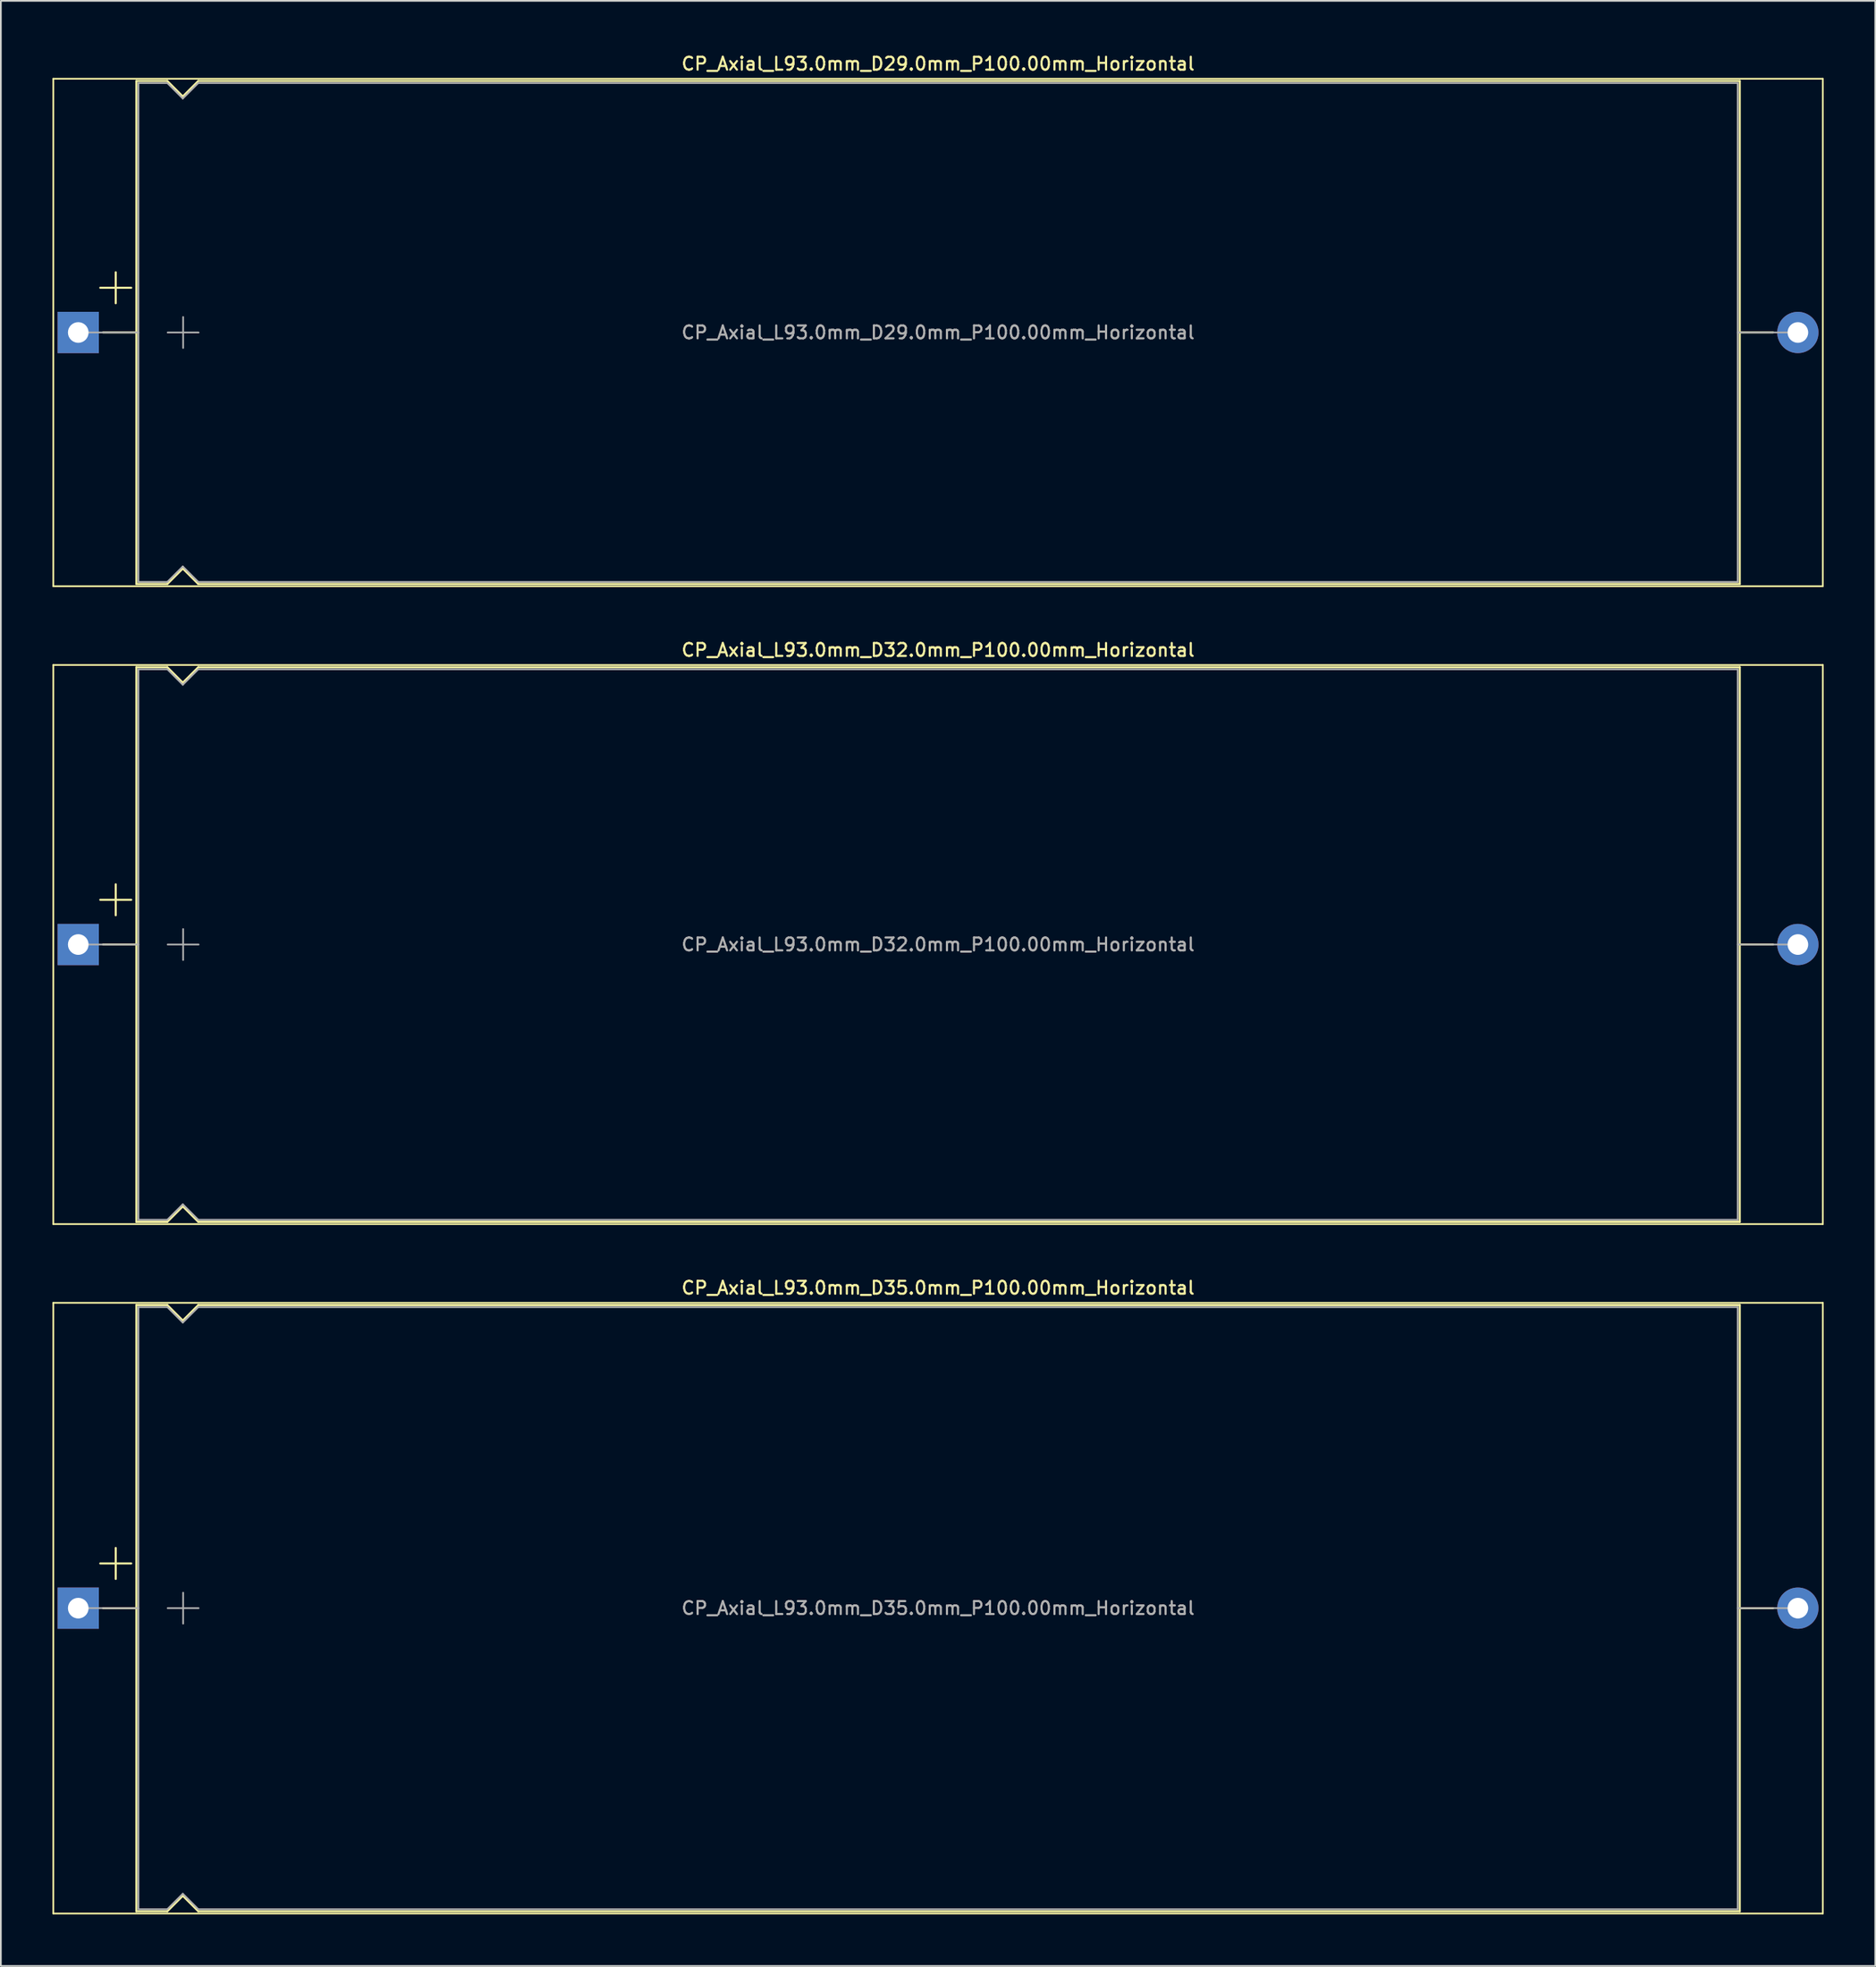
<source format=kicad_pcb>
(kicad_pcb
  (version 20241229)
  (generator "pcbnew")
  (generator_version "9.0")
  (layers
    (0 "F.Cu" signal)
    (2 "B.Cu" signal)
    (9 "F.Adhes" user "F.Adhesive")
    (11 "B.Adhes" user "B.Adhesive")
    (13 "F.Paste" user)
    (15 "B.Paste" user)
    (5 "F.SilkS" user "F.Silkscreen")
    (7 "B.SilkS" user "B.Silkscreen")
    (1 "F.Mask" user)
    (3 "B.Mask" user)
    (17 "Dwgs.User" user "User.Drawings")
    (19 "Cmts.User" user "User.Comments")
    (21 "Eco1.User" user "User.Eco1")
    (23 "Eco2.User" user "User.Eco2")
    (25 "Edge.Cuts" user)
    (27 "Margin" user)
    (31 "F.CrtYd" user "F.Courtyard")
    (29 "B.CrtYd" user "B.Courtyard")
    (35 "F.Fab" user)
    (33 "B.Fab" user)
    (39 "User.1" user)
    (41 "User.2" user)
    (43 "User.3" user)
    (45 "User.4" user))
  (footprint "CP_Axial_L93.0mm_D29.0mm_P100.00mm_Horizontal"
    (layer "F.Cu")
    (at 1.5 16.278)
    (property "Reference" "CP_Axial_L93.0mm_D29.0mm_P100.00mm_Horizontal" (at 50 -15.62 0) (layer "F.SilkS") (effects (font (size 0.75 0.75) (thickness 0.125))))
    (attr through_hole)
    (fp_line (start -1.45 -14.75) (end -1.45 14.75) (stroke (width 0.1) (type solid)) (layer "F.SilkS"))
    (fp_line (start -1.45 14.75) (end 101.45 14.75) (stroke (width 0.1) (type solid)) (layer "F.SilkS"))
    (fp_line (start 1.28 -2.6) (end 3.08 -2.6) (stroke (width 0.12) (type solid)) (layer "F.SilkS"))
    (fp_line (start 1.44 0) (end 3.38 0) (stroke (width 0.12) (type solid)) (layer "F.SilkS"))
    (fp_line (start 2.18 -3.5) (end 2.18 -1.7) (stroke (width 0.12) (type solid)) (layer "F.SilkS"))
    (fp_line (start 3.38 -14.62) (end 3.38 14.62) (stroke (width 0.12) (type solid)) (layer "F.SilkS"))
    (fp_line (start 3.38 -14.62) (end 5.18 -14.62) (stroke (width 0.12) (type solid)) (layer "F.SilkS"))
    (fp_line (start 3.38 14.62) (end 5.18 14.62) (stroke (width 0.12) (type solid)) (layer "F.SilkS"))
    (fp_line (start 5.18 -14.62) (end 6.08 -13.72) (stroke (width 0.12) (type solid)) (layer "F.SilkS"))
    (fp_line (start 5.18 14.62) (end 6.08 13.72) (stroke (width 0.12) (type solid)) (layer "F.SilkS"))
    (fp_line (start 6.08 -13.72) (end 6.98 -14.62) (stroke (width 0.12) (type solid)) (layer "F.SilkS"))
    (fp_line (start 6.08 13.72) (end 6.98 14.62) (stroke (width 0.12) (type solid)) (layer "F.SilkS"))
    (fp_line (start 6.98 -14.62) (end 96.62 -14.62) (stroke (width 0.12) (type solid)) (layer "F.SilkS"))
    (fp_line (start 6.98 14.62) (end 96.62 14.62) (stroke (width 0.12) (type solid)) (layer "F.SilkS"))
    (fp_line (start 96.62 -14.62) (end 96.62 14.62) (stroke (width 0.12) (type solid)) (layer "F.SilkS"))
    (fp_line (start 98.56 0) (end 96.62 0) (stroke (width 0.12) (type solid)) (layer "F.SilkS"))
    (fp_line (start 101.45 -14.75) (end -1.45 -14.75) (stroke (width 0.1) (type solid)) (layer "F.SilkS"))
    (fp_line (start 101.45 14.75) (end 101.45 -14.75) (stroke (width 0.1) (type solid)) (layer "F.SilkS"))
    (fp_line (start 0 0) (end 3.5 0) (stroke (width 0.1) (type solid)) (layer "F.Fab"))
    (fp_line (start 3.5 -14.5) (end 3.5 14.5) (stroke (width 0.1) (type solid)) (layer "F.Fab"))
    (fp_line (start 3.5 -14.5) (end 5.18 -14.5) (stroke (width 0.1) (type solid)) (layer "F.Fab"))
    (fp_line (start 3.5 14.5) (end 5.18 14.5) (stroke (width 0.1) (type solid)) (layer "F.Fab"))
    (fp_line (start 5.18 -14.5) (end 6.08 -13.6) (stroke (width 0.1) (type solid)) (layer "F.Fab"))
    (fp_line (start 5.18 14.5) (end 6.08 13.6) (stroke (width 0.1) (type solid)) (layer "F.Fab"))
    (fp_line (start 5.2 0) (end 7 0) (stroke (width 0.1) (type solid)) (layer "F.Fab"))
    (fp_line (start 6.08 -13.6) (end 6.98 -14.5) (stroke (width 0.1) (type solid)) (layer "F.Fab"))
    (fp_line (start 6.08 13.6) (end 6.98 14.5) (stroke (width 0.1) (type solid)) (layer "F.Fab"))
    (fp_line (start 6.1 -0.9) (end 6.1 0.9) (stroke (width 0.1) (type solid)) (layer "F.Fab"))
    (fp_line (start 6.98 -14.5) (end 96.5 -14.5) (stroke (width 0.1) (type solid)) (layer "F.Fab"))
    (fp_line (start 6.98 14.5) (end 96.5 14.5) (stroke (width 0.1) (type solid)) (layer "F.Fab"))
    (fp_line (start 96.5 -14.5) (end 96.5 14.5) (stroke (width 0.1) (type solid)) (layer "F.Fab"))
    (fp_line (start 100 0) (end 96.5 0) (stroke (width 0.1) (type solid)) (layer "F.Fab"))
    (fp_text user "${REFERENCE}" (at 50 0 0) (layer "F.Fab") (effects (font (size 0.75 0.75) (thickness 0.125))))
    (pad "1" thru_hole rect (at 0 0) (size 2.4 2.4) (drill 1.2) (layers "*.Cu" "*.Mask"))
    (pad "2" thru_hole oval (at 100 0) (size 2.4 2.4) (drill 1.2) (layers "*.Cu" "*.Mask")))
  (footprint "CP_Axial_L93.0mm_D32.0mm_P100.00mm_Horizontal"
    (layer "F.Cu")
    (at 1.5 51.856)
    (property "Reference" "CP_Axial_L93.0mm_D32.0mm_P100.00mm_Horizontal" (at 50 -17.12 0) (layer "F.SilkS") (effects (font (size 0.75 0.75) (thickness 0.125))))
    (attr through_hole)
    (fp_line (start -1.45 -16.25) (end -1.45 16.25) (stroke (width 0.1) (type solid)) (layer "F.SilkS"))
    (fp_line (start -1.45 16.25) (end 101.45 16.25) (stroke (width 0.1) (type solid)) (layer "F.SilkS"))
    (fp_line (start 1.28 -2.6) (end 3.08 -2.6) (stroke (width 0.12) (type solid)) (layer "F.SilkS"))
    (fp_line (start 1.44 0) (end 3.38 0) (stroke (width 0.12) (type solid)) (layer "F.SilkS"))
    (fp_line (start 2.18 -3.5) (end 2.18 -1.7) (stroke (width 0.12) (type solid)) (layer "F.SilkS"))
    (fp_line (start 3.38 -16.12) (end 3.38 16.12) (stroke (width 0.12) (type solid)) (layer "F.SilkS"))
    (fp_line (start 3.38 -16.12) (end 5.18 -16.12) (stroke (width 0.12) (type solid)) (layer "F.SilkS"))
    (fp_line (start 3.38 16.12) (end 5.18 16.12) (stroke (width 0.12) (type solid)) (layer "F.SilkS"))
    (fp_line (start 5.18 -16.12) (end 6.08 -15.22) (stroke (width 0.12) (type solid)) (layer "F.SilkS"))
    (fp_line (start 5.18 16.12) (end 6.08 15.22) (stroke (width 0.12) (type solid)) (layer "F.SilkS"))
    (fp_line (start 6.08 -15.22) (end 6.98 -16.12) (stroke (width 0.12) (type solid)) (layer "F.SilkS"))
    (fp_line (start 6.08 15.22) (end 6.98 16.12) (stroke (width 0.12) (type solid)) (layer "F.SilkS"))
    (fp_line (start 6.98 -16.12) (end 96.62 -16.12) (stroke (width 0.12) (type solid)) (layer "F.SilkS"))
    (fp_line (start 6.98 16.12) (end 96.62 16.12) (stroke (width 0.12) (type solid)) (layer "F.SilkS"))
    (fp_line (start 96.62 -16.12) (end 96.62 16.12) (stroke (width 0.12) (type solid)) (layer "F.SilkS"))
    (fp_line (start 98.56 0) (end 96.62 0) (stroke (width 0.12) (type solid)) (layer "F.SilkS"))
    (fp_line (start 101.45 -16.25) (end -1.45 -16.25) (stroke (width 0.1) (type solid)) (layer "F.SilkS"))
    (fp_line (start 101.45 16.25) (end 101.45 -16.25) (stroke (width 0.1) (type solid)) (layer "F.SilkS"))
    (fp_line (start 0 0) (end 3.5 0) (stroke (width 0.1) (type solid)) (layer "F.Fab"))
    (fp_line (start 3.5 -16) (end 3.5 16) (stroke (width 0.1) (type solid)) (layer "F.Fab"))
    (fp_line (start 3.5 -16) (end 5.18 -16) (stroke (width 0.1) (type solid)) (layer "F.Fab"))
    (fp_line (start 3.5 16) (end 5.18 16) (stroke (width 0.1) (type solid)) (layer "F.Fab"))
    (fp_line (start 5.18 -16) (end 6.08 -15.1) (stroke (width 0.1) (type solid)) (layer "F.Fab"))
    (fp_line (start 5.18 16) (end 6.08 15.1) (stroke (width 0.1) (type solid)) (layer "F.Fab"))
    (fp_line (start 5.2 0) (end 7 0) (stroke (width 0.1) (type solid)) (layer "F.Fab"))
    (fp_line (start 6.08 -15.1) (end 6.98 -16) (stroke (width 0.1) (type solid)) (layer "F.Fab"))
    (fp_line (start 6.08 15.1) (end 6.98 16) (stroke (width 0.1) (type solid)) (layer "F.Fab"))
    (fp_line (start 6.1 -0.9) (end 6.1 0.9) (stroke (width 0.1) (type solid)) (layer "F.Fab"))
    (fp_line (start 6.98 -16) (end 96.5 -16) (stroke (width 0.1) (type solid)) (layer "F.Fab"))
    (fp_line (start 6.98 16) (end 96.5 16) (stroke (width 0.1) (type solid)) (layer "F.Fab"))
    (fp_line (start 96.5 -16) (end 96.5 16) (stroke (width 0.1) (type solid)) (layer "F.Fab"))
    (fp_line (start 100 0) (end 96.5 0) (stroke (width 0.1) (type solid)) (layer "F.Fab"))
    (fp_text user "${REFERENCE}" (at 50 0 0) (layer "F.Fab") (effects (font (size 0.75 0.75) (thickness 0.125))))
    (pad "1" thru_hole rect (at 0 0) (size 2.4 2.4) (drill 1.2) (layers "*.Cu" "*.Mask"))
    (pad "2" thru_hole oval (at 100 0) (size 2.4 2.4) (drill 1.2) (layers "*.Cu" "*.Mask")))
  (footprint "CP_Axial_L93.0mm_D35.0mm_P100.00mm_Horizontal"
    (layer "F.Cu")
    (at 1.5 90.434)
    (property "Reference" "CP_Axial_L93.0mm_D35.0mm_P100.00mm_Horizontal" (at 50 -18.62 0) (layer "F.SilkS") (effects (font (size 0.75 0.75) (thickness 0.125))))
    (attr through_hole)
    (fp_line (start -1.45 -17.75) (end -1.45 17.75) (stroke (width 0.1) (type solid)) (layer "F.SilkS"))
    (fp_line (start -1.45 17.75) (end 101.45 17.75) (stroke (width 0.1) (type solid)) (layer "F.SilkS"))
    (fp_line (start 1.28 -2.6) (end 3.08 -2.6) (stroke (width 0.12) (type solid)) (layer "F.SilkS"))
    (fp_line (start 1.44 0) (end 3.38 0) (stroke (width 0.12) (type solid)) (layer "F.SilkS"))
    (fp_line (start 2.18 -3.5) (end 2.18 -1.7) (stroke (width 0.12) (type solid)) (layer "F.SilkS"))
    (fp_line (start 3.38 -17.62) (end 3.38 17.62) (stroke (width 0.12) (type solid)) (layer "F.SilkS"))
    (fp_line (start 3.38 -17.62) (end 5.18 -17.62) (stroke (width 0.12) (type solid)) (layer "F.SilkS"))
    (fp_line (start 3.38 17.62) (end 5.18 17.62) (stroke (width 0.12) (type solid)) (layer "F.SilkS"))
    (fp_line (start 5.18 -17.62) (end 6.08 -16.72) (stroke (width 0.12) (type solid)) (layer "F.SilkS"))
    (fp_line (start 5.18 17.62) (end 6.08 16.72) (stroke (width 0.12) (type solid)) (layer "F.SilkS"))
    (fp_line (start 6.08 -16.72) (end 6.98 -17.62) (stroke (width 0.12) (type solid)) (layer "F.SilkS"))
    (fp_line (start 6.08 16.72) (end 6.98 17.62) (stroke (width 0.12) (type solid)) (layer "F.SilkS"))
    (fp_line (start 6.98 -17.62) (end 96.62 -17.62) (stroke (width 0.12) (type solid)) (layer "F.SilkS"))
    (fp_line (start 6.98 17.62) (end 96.62 17.62) (stroke (width 0.12) (type solid)) (layer "F.SilkS"))
    (fp_line (start 96.62 -17.62) (end 96.62 17.62) (stroke (width 0.12) (type solid)) (layer "F.SilkS"))
    (fp_line (start 98.56 0) (end 96.62 0) (stroke (width 0.12) (type solid)) (layer "F.SilkS"))
    (fp_line (start 101.45 -17.75) (end -1.45 -17.75) (stroke (width 0.1) (type solid)) (layer "F.SilkS"))
    (fp_line (start 101.45 17.75) (end 101.45 -17.75) (stroke (width 0.1) (type solid)) (layer "F.SilkS"))
    (fp_line (start 0 0) (end 3.5 0) (stroke (width 0.1) (type solid)) (layer "F.Fab"))
    (fp_line (start 3.5 -17.5) (end 3.5 17.5) (stroke (width 0.1) (type solid)) (layer "F.Fab"))
    (fp_line (start 3.5 -17.5) (end 5.18 -17.5) (stroke (width 0.1) (type solid)) (layer "F.Fab"))
    (fp_line (start 3.5 17.5) (end 5.18 17.5) (stroke (width 0.1) (type solid)) (layer "F.Fab"))
    (fp_line (start 5.18 -17.5) (end 6.08 -16.6) (stroke (width 0.1) (type solid)) (layer "F.Fab"))
    (fp_line (start 5.18 17.5) (end 6.08 16.6) (stroke (width 0.1) (type solid)) (layer "F.Fab"))
    (fp_line (start 5.2 0) (end 7 0) (stroke (width 0.1) (type solid)) (layer "F.Fab"))
    (fp_line (start 6.08 -16.6) (end 6.98 -17.5) (stroke (width 0.1) (type solid)) (layer "F.Fab"))
    (fp_line (start 6.08 16.6) (end 6.98 17.5) (stroke (width 0.1) (type solid)) (layer "F.Fab"))
    (fp_line (start 6.1 -0.9) (end 6.1 0.9) (stroke (width 0.1) (type solid)) (layer "F.Fab"))
    (fp_line (start 6.98 -17.5) (end 96.5 -17.5) (stroke (width 0.1) (type solid)) (layer "F.Fab"))
    (fp_line (start 6.98 17.5) (end 96.5 17.5) (stroke (width 0.1) (type solid)) (layer "F.Fab"))
    (fp_line (start 96.5 -17.5) (end 96.5 17.5) (stroke (width 0.1) (type solid)) (layer "F.Fab"))
    (fp_line (start 100 0) (end 96.5 0) (stroke (width 0.1) (type solid)) (layer "F.Fab"))
    (fp_text user "${REFERENCE}" (at 50 0 0) (layer "F.Fab") (effects (font (size 0.75 0.75) (thickness 0.125))))
    (pad "1" thru_hole rect (at 0 0) (size 2.4 2.4) (drill 1.2) (layers "*.Cu" "*.Mask"))
    (pad "2" thru_hole oval (at 100 0) (size 2.4 2.4) (drill 1.2) (layers "*.Cu" "*.Mask")))
  (gr_rect
    (start -3 -3)
    (end 106 111.234)
    (stroke (width 0.1) (type default))
    (fill no)
    (layer "Edge.Cuts")))
</source>
